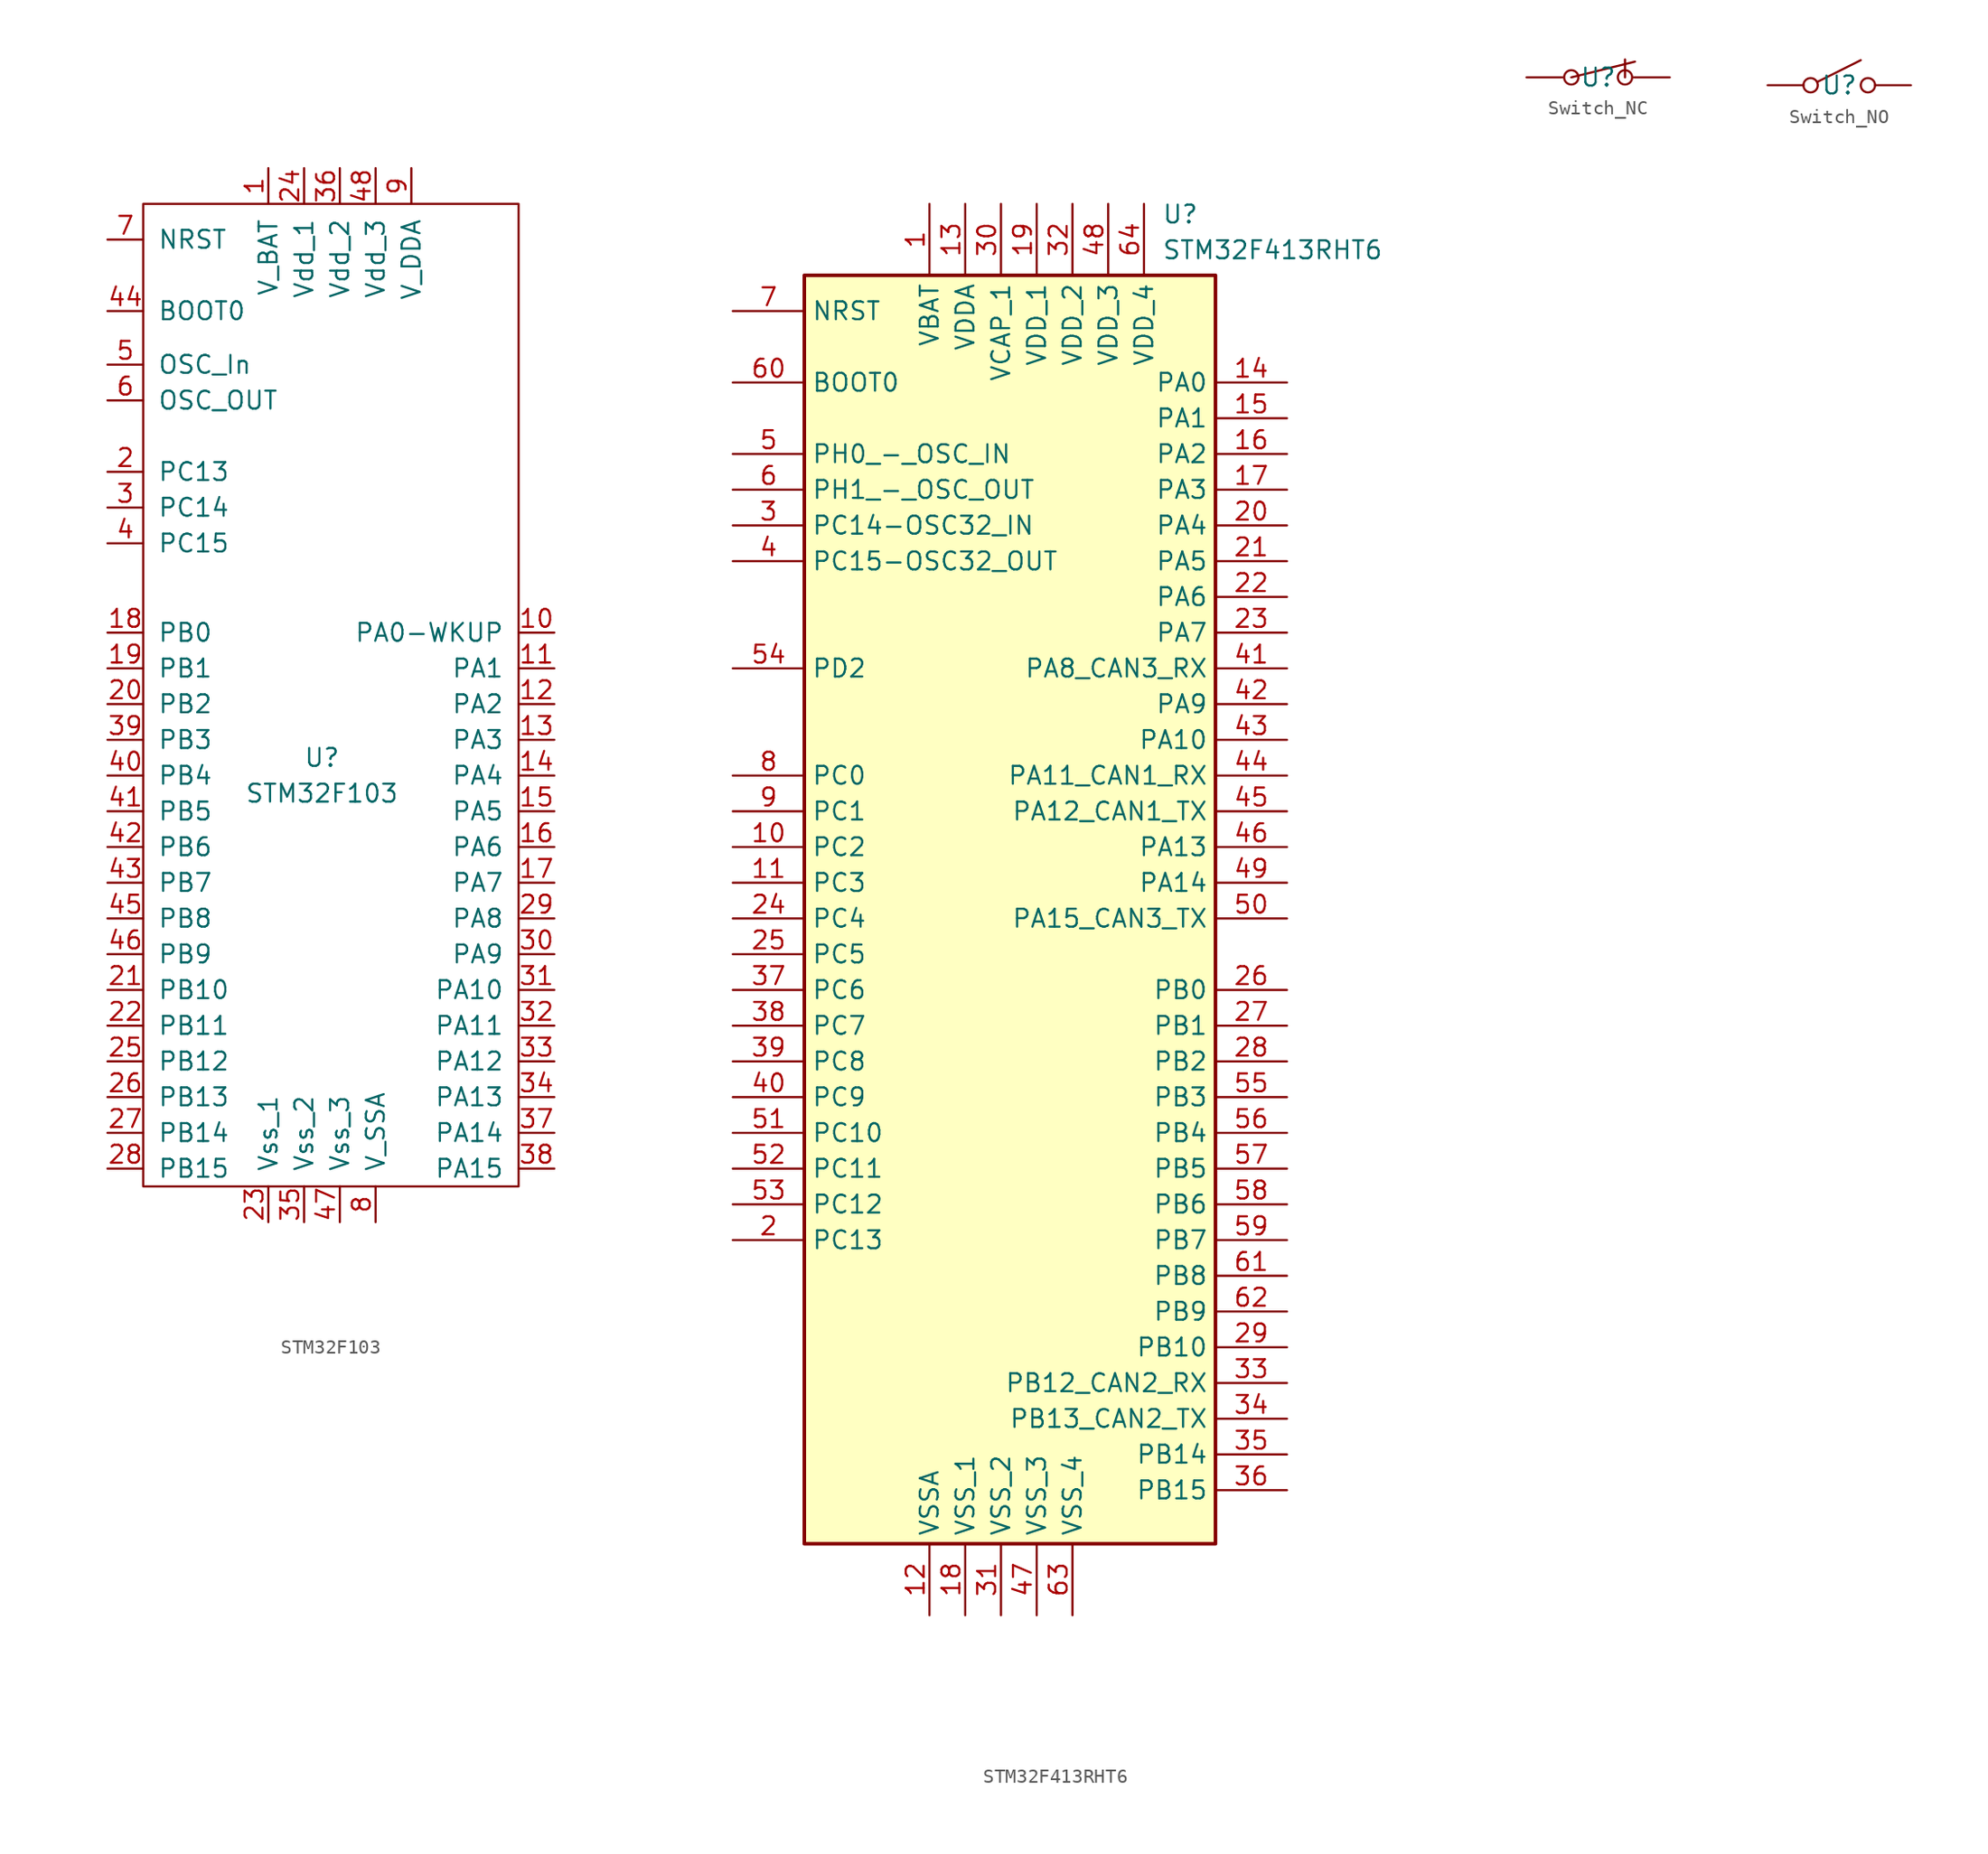
<source format=kicad_sym>
(kicad_symbol_lib
  (version 20231120)
  (generator "kicad_symbol_editor")
  (generator_version "8.0")
  (symbol "STM32F103"
    (pin_names
      (offset 1.016))
    (property "Reference" "U"
      (at 0 -3.81 0)
      (effects (font (size 1.27 1.27))))
    (property "Value" "STM32F103"
      (at 0 -6.35 0)
      (effects (font (size 1.27 1.27))))
    (symbol "STM32F103_0_0"
      (pin power_in line (at -3.81 38.1 270) (length 2.54) (name "V_BAT" (effects (font (size 1.27 1.27)))) (number "1" (effects (font (size 1.27 1.27)))))
      (pin bidirectional line (at 16.51 5.08 180) (length 2.54) (name "PA0-WKUP" (effects (font (size 1.27 1.27)))) (number "10" (effects (font (size 1.27 1.27)))))
      (pin bidirectional line (at 16.51 2.54 180) (length 2.54) (name "PA1" (effects (font (size 1.27 1.27)))) (number "11" (effects (font (size 1.27 1.27)))))
      (pin bidirectional line (at 16.51 0 180) (length 2.54) (name "PA2" (effects (font (size 1.27 1.27)))) (number "12" (effects (font (size 1.27 1.27)))))
      (pin bidirectional line (at 16.51 -2.54 180) (length 2.54) (name "PA3" (effects (font (size 1.27 1.27)))) (number "13" (effects (font (size 1.27 1.27)))))
      (pin bidirectional line (at 16.51 -5.08 180) (length 2.54) (name "PA4" (effects (font (size 1.27 1.27)))) (number "14" (effects (font (size 1.27 1.27)))))
      (pin bidirectional line (at 16.51 -7.62 180) (length 2.54) (name "PA5" (effects (font (size 1.27 1.27)))) (number "15" (effects (font (size 1.27 1.27)))))
      (pin bidirectional line (at 16.51 -10.16 180) (length 2.54) (name "PA6" (effects (font (size 1.27 1.27)))) (number "16" (effects (font (size 1.27 1.27)))))
      (pin bidirectional line (at 16.51 -12.7 180) (length 2.54) (name "PA7" (effects (font (size 1.27 1.27)))) (number "17" (effects (font (size 1.27 1.27)))))
      (pin bidirectional line (at -15.24 5.08 0) (length 2.54) (name "PB0" (effects (font (size 1.27 1.27)))) (number "18" (effects (font (size 1.27 1.27)))))
      (pin bidirectional line (at -15.24 2.54 0) (length 2.54) (name "PB1" (effects (font (size 1.27 1.27)))) (number "19" (effects (font (size 1.27 1.27)))))
      (pin bidirectional line (at -15.24 16.51 0) (length 2.54) (name "PC13" (effects (font (size 1.27 1.27)))) (number "2" (effects (font (size 1.27 1.27)))))
      (pin bidirectional line (at -15.24 0 0) (length 2.54) (name "PB2" (effects (font (size 1.27 1.27)))) (number "20" (effects (font (size 1.27 1.27)))))
      (pin bidirectional line (at -15.24 -20.32 0) (length 2.54) (name "PB10" (effects (font (size 1.27 1.27)))) (number "21" (effects (font (size 1.27 1.27)))))
      (pin bidirectional line (at -15.24 -22.86 0) (length 2.54) (name "PB11" (effects (font (size 1.27 1.27)))) (number "22" (effects (font (size 1.27 1.27)))))
      (pin power_in line (at -3.81 -36.83 90) (length 2.54) (name "Vss_1" (effects (font (size 1.27 1.27)))) (number "23" (effects (font (size 1.27 1.27)))))
      (pin power_in line (at -1.27 38.1 270) (length 2.54) (name "Vdd_1" (effects (font (size 1.27 1.27)))) (number "24" (effects (font (size 1.27 1.27)))))
      (pin bidirectional line (at -15.24 -25.4 0) (length 2.54) (name "PB12" (effects (font (size 1.27 1.27)))) (number "25" (effects (font (size 1.27 1.27)))))
      (pin bidirectional line (at -15.24 -27.94 0) (length 2.54) (name "PB13" (effects (font (size 1.27 1.27)))) (number "26" (effects (font (size 1.27 1.27)))))
      (pin bidirectional line (at -15.24 -30.48 0) (length 2.54) (name "PB14" (effects (font (size 1.27 1.27)))) (number "27" (effects (font (size 1.27 1.27)))))
      (pin bidirectional line (at -15.24 -33.02 0) (length 2.54) (name "PB15" (effects (font (size 1.27 1.27)))) (number "28" (effects (font (size 1.27 1.27)))))
      (pin bidirectional line (at 16.51 -15.24 180) (length 2.54) (name "PA8" (effects (font (size 1.27 1.27)))) (number "29" (effects (font (size 1.27 1.27)))))
      (pin bidirectional line (at -15.24 13.97 0) (length 2.54) (name "PC14" (effects (font (size 1.27 1.27)))) (number "3" (effects (font (size 1.27 1.27)))))
      (pin bidirectional line (at 16.51 -17.78 180) (length 2.54) (name "PA9" (effects (font (size 1.27 1.27)))) (number "30" (effects (font (size 1.27 1.27)))))
      (pin bidirectional line (at 16.51 -20.32 180) (length 2.54) (name "PA10" (effects (font (size 1.27 1.27)))) (number "31" (effects (font (size 1.27 1.27)))))
      (pin bidirectional line (at 16.51 -22.86 180) (length 2.54) (name "PA11" (effects (font (size 1.27 1.27)))) (number "32" (effects (font (size 1.27 1.27)))))
      (pin bidirectional line (at 16.51 -25.4 180) (length 2.54) (name "PA12" (effects (font (size 1.27 1.27)))) (number "33" (effects (font (size 1.27 1.27)))))
      (pin bidirectional line (at 16.51 -27.94 180) (length 2.54) (name "PA13" (effects (font (size 1.27 1.27)))) (number "34" (effects (font (size 1.27 1.27)))))
      (pin power_in line (at -1.27 -36.83 90) (length 2.54) (name "Vss_2" (effects (font (size 1.27 1.27)))) (number "35" (effects (font (size 1.27 1.27)))))
      (pin power_in line (at 1.27 38.1 270) (length 2.54) (name "Vdd_2" (effects (font (size 1.27 1.27)))) (number "36" (effects (font (size 1.27 1.27)))))
      (pin bidirectional line (at 16.51 -30.48 180) (length 2.54) (name "PA14" (effects (font (size 1.27 1.27)))) (number "37" (effects (font (size 1.27 1.27)))))
      (pin bidirectional line (at 16.51 -33.02 180) (length 2.54) (name "PA15" (effects (font (size 1.27 1.27)))) (number "38" (effects (font (size 1.27 1.27)))))
      (pin bidirectional line (at -15.24 -2.54 0) (length 2.54) (name "PB3" (effects (font (size 1.27 1.27)))) (number "39" (effects (font (size 1.27 1.27)))))
      (pin bidirectional line (at -15.24 11.43 0) (length 2.54) (name "PC15" (effects (font (size 1.27 1.27)))) (number "4" (effects (font (size 1.27 1.27)))))
      (pin bidirectional line (at -15.24 -5.08 0) (length 2.54) (name "PB4" (effects (font (size 1.27 1.27)))) (number "40" (effects (font (size 1.27 1.27)))))
      (pin bidirectional line (at -15.24 -7.62 0) (length 2.54) (name "PB5" (effects (font (size 1.27 1.27)))) (number "41" (effects (font (size 1.27 1.27)))))
      (pin bidirectional line (at -15.24 -10.16 0) (length 2.54) (name "PB6" (effects (font (size 1.27 1.27)))) (number "42" (effects (font (size 1.27 1.27)))))
      (pin bidirectional line (at -15.24 -12.7 0) (length 2.54) (name "PB7" (effects (font (size 1.27 1.27)))) (number "43" (effects (font (size 1.27 1.27)))))
      (pin bidirectional line (at -15.24 27.94 0) (length 2.54) (name "BOOT0" (effects (font (size 1.27 1.27)))) (number "44" (effects (font (size 1.27 1.27)))))
      (pin bidirectional line (at -15.24 -15.24 0) (length 2.54) (name "PB8" (effects (font (size 1.27 1.27)))) (number "45" (effects (font (size 1.27 1.27)))))
      (pin bidirectional line (at -15.24 -17.78 0) (length 2.54) (name "PB9" (effects (font (size 1.27 1.27)))) (number "46" (effects (font (size 1.27 1.27)))))
      (pin power_in line (at 1.27 -36.83 90) (length 2.54) (name "Vss_3" (effects (font (size 1.27 1.27)))) (number "47" (effects (font (size 1.27 1.27)))))
      (pin power_in line (at 3.81 38.1 270) (length 2.54) (name "Vdd_3" (effects (font (size 1.27 1.27)))) (number "48" (effects (font (size 1.27 1.27)))))
      (pin bidirectional line (at -15.24 24.13 0) (length 2.54) (name "OSC_In" (effects (font (size 1.27 1.27)))) (number "5" (effects (font (size 1.27 1.27)))))
      (pin bidirectional line (at -15.24 21.59 0) (length 2.54) (name "OSC_OUT" (effects (font (size 1.27 1.27)))) (number "6" (effects (font (size 1.27 1.27)))))
      (pin bidirectional line (at -15.24 33.02 0) (length 2.54) (name "NRST" (effects (font (size 1.27 1.27)))) (number "7" (effects (font (size 1.27 1.27)))))
      (pin power_in line (at 3.81 -36.83 90) (length 2.54) (name "V_SSA" (effects (font (size 1.27 1.27)))) (number "8" (effects (font (size 1.27 1.27)))))
      (pin power_in line (at 6.35 38.1 270) (length 2.54) (name "V_DDA" (effects (font (size 1.27 1.27)))) (number "9" (effects (font (size 1.27 1.27))))))
    (symbol "STM32F103_0_1"
      (rectangle (start -12.7 35.56) (end 13.97 -34.29) (stroke (width 0) (type default)) (fill (type none)))))
  (symbol "STM32F413RHT6"
    (property "Reference" "U"
      (at 30.48 25.4 0)
      (effects (font (size 1.27 1.27)) (justify left top)))
    (property "Value" "STM32F413RHT6"
      (at 30.48 22.86 0)
      (effects (font (size 1.27 1.27)) (justify left top)))
    (symbol "STM32F413RHT6_1_1"
      (rectangle (start 5.08 20.32) (end 34.29 -69.85) (stroke (width 0.254) (type default)) (fill (type background)))
      (pin power_in line (at 13.97 25.4 270) (length 5.08) (name "VBAT" (effects (font (size 1.27 1.27)))) (number "1" (effects (font (size 1.27 1.27)))))
      (pin bidirectional line (at 0 -20.32 0) (length 5.08) (name "PC2" (effects (font (size 1.27 1.27)))) (number "10" (effects (font (size 1.27 1.27)))))
      (pin bidirectional line (at 0 -22.86 0) (length 5.08) (name "PC3" (effects (font (size 1.27 1.27)))) (number "11" (effects (font (size 1.27 1.27)))))
      (pin power_in line (at 13.97 -74.93 90) (length 5.08) (name "VSSA" (effects (font (size 1.27 1.27)))) (number "12" (effects (font (size 1.27 1.27)))))
      (pin power_in line (at 16.51 25.4 270) (length 5.08) (name "VDDA" (effects (font (size 1.27 1.27)))) (number "13" (effects (font (size 1.27 1.27)))))
      (pin bidirectional line (at 39.37 12.7 180) (length 5.08) (name "PA0" (effects (font (size 1.27 1.27)))) (number "14" (effects (font (size 1.27 1.27)))))
      (pin bidirectional line (at 39.37 10.16 180) (length 5.08) (name "PA1" (effects (font (size 1.27 1.27)))) (number "15" (effects (font (size 1.27 1.27)))))
      (pin bidirectional line (at 39.37 7.62 180) (length 5.08) (name "PA2" (effects (font (size 1.27 1.27)))) (number "16" (effects (font (size 1.27 1.27)))))
      (pin bidirectional line (at 39.37 5.08 180) (length 5.08) (name "PA3" (effects (font (size 1.27 1.27)))) (number "17" (effects (font (size 1.27 1.27)))))
      (pin power_in line (at 16.51 -74.93 90) (length 5.08) (name "VSS_1" (effects (font (size 1.27 1.27)))) (number "18" (effects (font (size 1.27 1.27)))))
      (pin power_in line (at 21.59 25.4 270) (length 5.08) (name "VDD_1" (effects (font (size 1.27 1.27)))) (number "19" (effects (font (size 1.27 1.27)))))
      (pin bidirectional line (at 0 -48.26 0) (length 5.08) (name "PC13" (effects (font (size 1.27 1.27)))) (number "2" (effects (font (size 1.27 1.27)))))
      (pin bidirectional line (at 39.37 2.54 180) (length 5.08) (name "PA4" (effects (font (size 1.27 1.27)))) (number "20" (effects (font (size 1.27 1.27)))))
      (pin bidirectional line (at 39.37 0 180) (length 5.08) (name "PA5" (effects (font (size 1.27 1.27)))) (number "21" (effects (font (size 1.27 1.27)))))
      (pin bidirectional line (at 39.37 -2.54 180) (length 5.08) (name "PA6" (effects (font (size 1.27 1.27)))) (number "22" (effects (font (size 1.27 1.27)))))
      (pin bidirectional line (at 39.37 -5.08 180) (length 5.08) (name "PA7" (effects (font (size 1.27 1.27)))) (number "23" (effects (font (size 1.27 1.27)))))
      (pin bidirectional line (at 0 -25.4 0) (length 5.08) (name "PC4" (effects (font (size 1.27 1.27)))) (number "24" (effects (font (size 1.27 1.27)))))
      (pin bidirectional line (at 0 -27.94 0) (length 5.08) (name "PC5" (effects (font (size 1.27 1.27)))) (number "25" (effects (font (size 1.27 1.27)))))
      (pin bidirectional line (at 39.37 -30.48 180) (length 5.08) (name "PB0" (effects (font (size 1.27 1.27)))) (number "26" (effects (font (size 1.27 1.27)))))
      (pin bidirectional line (at 39.37 -33.02 180) (length 5.08) (name "PB1" (effects (font (size 1.27 1.27)))) (number "27" (effects (font (size 1.27 1.27)))))
      (pin bidirectional line (at 39.37 -35.56 180) (length 5.08) (name "PB2" (effects (font (size 1.27 1.27)))) (number "28" (effects (font (size 1.27 1.27)))))
      (pin bidirectional line (at 39.37 -55.88 180) (length 5.08) (name "PB10" (effects (font (size 1.27 1.27)))) (number "29" (effects (font (size 1.27 1.27)))))
      (pin bidirectional line (at 0 2.54 0) (length 5.08) (name "PC14-OSC32_IN" (effects (font (size 1.27 1.27)))) (number "3" (effects (font (size 1.27 1.27)))))
      (pin power_in line (at 19.05 25.4 270) (length 5.08) (name "VCAP_1" (effects (font (size 1.27 1.27)))) (number "30" (effects (font (size 1.27 1.27)))))
      (pin power_in line (at 19.05 -74.93 90) (length 5.08) (name "VSS_2" (effects (font (size 1.27 1.27)))) (number "31" (effects (font (size 1.27 1.27)))))
      (pin power_in line (at 24.13 25.4 270) (length 5.08) (name "VDD_2" (effects (font (size 1.27 1.27)))) (number "32" (effects (font (size 1.27 1.27)))))
      (pin bidirectional line (at 39.37 -58.42 180) (length 5.08) (name "PB12_CAN2_RX" (effects (font (size 1.27 1.27)))) (number "33" (effects (font (size 1.27 1.27)))))
      (pin bidirectional line (at 39.37 -60.96 180) (length 5.08) (name "PB13_CAN2_TX" (effects (font (size 1.27 1.27)))) (number "34" (effects (font (size 1.27 1.27)))))
      (pin bidirectional line (at 39.37 -63.5 180) (length 5.08) (name "PB14" (effects (font (size 1.27 1.27)))) (number "35" (effects (font (size 1.27 1.27)))))
      (pin bidirectional line (at 39.37 -66.04 180) (length 5.08) (name "PB15" (effects (font (size 1.27 1.27)))) (number "36" (effects (font (size 1.27 1.27)))))
      (pin bidirectional line (at 0 -30.48 0) (length 5.08) (name "PC6" (effects (font (size 1.27 1.27)))) (number "37" (effects (font (size 1.27 1.27)))))
      (pin bidirectional line (at 0 -33.02 0) (length 5.08) (name "PC7" (effects (font (size 1.27 1.27)))) (number "38" (effects (font (size 1.27 1.27)))))
      (pin bidirectional line (at 0 -35.56 0) (length 5.08) (name "PC8" (effects (font (size 1.27 1.27)))) (number "39" (effects (font (size 1.27 1.27)))))
      (pin bidirectional line (at 0 0 0) (length 5.08) (name "PC15-OSC32_OUT" (effects (font (size 1.27 1.27)))) (number "4" (effects (font (size 1.27 1.27)))))
      (pin bidirectional line (at 0 -38.1 0) (length 5.08) (name "PC9" (effects (font (size 1.27 1.27)))) (number "40" (effects (font (size 1.27 1.27)))))
      (pin bidirectional line (at 39.37 -7.62 180) (length 5.08) (name "PA8_CAN3_RX" (effects (font (size 1.27 1.27)))) (number "41" (effects (font (size 1.27 1.27)))))
      (pin bidirectional line (at 39.37 -10.16 180) (length 5.08) (name "PA9" (effects (font (size 1.27 1.27)))) (number "42" (effects (font (size 1.27 1.27)))))
      (pin bidirectional line (at 39.37 -12.7 180) (length 5.08) (name "PA10" (effects (font (size 1.27 1.27)))) (number "43" (effects (font (size 1.27 1.27)))))
      (pin bidirectional line (at 39.37 -15.24 180) (length 5.08) (name "PA11_CAN1_RX" (effects (font (size 1.27 1.27)))) (number "44" (effects (font (size 1.27 1.27)))))
      (pin bidirectional line (at 39.37 -17.78 180) (length 5.08) (name "PA12_CAN1_TX" (effects (font (size 1.27 1.27)))) (number "45" (effects (font (size 1.27 1.27)))))
      (pin bidirectional line (at 39.37 -20.32 180) (length 5.08) (name "PA13" (effects (font (size 1.27 1.27)))) (number "46" (effects (font (size 1.27 1.27)))))
      (pin power_in line (at 21.59 -74.93 90) (length 5.08) (name "VSS_3" (effects (font (size 1.27 1.27)))) (number "47" (effects (font (size 1.27 1.27)))))
      (pin power_in line (at 26.67 25.4 270) (length 5.08) (name "VDD_3" (effects (font (size 1.27 1.27)))) (number "48" (effects (font (size 1.27 1.27)))))
      (pin bidirectional line (at 39.37 -22.86 180) (length 5.08) (name "PA14" (effects (font (size 1.27 1.27)))) (number "49" (effects (font (size 1.27 1.27)))))
      (pin bidirectional line (at 0 7.62 0) (length 5.08) (name "PH0_-_OSC_IN" (effects (font (size 1.27 1.27)))) (number "5" (effects (font (size 1.27 1.27)))))
      (pin bidirectional line (at 39.37 -25.4 180) (length 5.08) (name "PA15_CAN3_TX" (effects (font (size 1.27 1.27)))) (number "50" (effects (font (size 1.27 1.27)))))
      (pin bidirectional line (at 0 -40.64 0) (length 5.08) (name "PC10" (effects (font (size 1.27 1.27)))) (number "51" (effects (font (size 1.27 1.27)))))
      (pin bidirectional line (at 0 -43.18 0) (length 5.08) (name "PC11" (effects (font (size 1.27 1.27)))) (number "52" (effects (font (size 1.27 1.27)))))
      (pin bidirectional line (at 0 -45.72 0) (length 5.08) (name "PC12" (effects (font (size 1.27 1.27)))) (number "53" (effects (font (size 1.27 1.27)))))
      (pin bidirectional line (at 0 -7.62 0) (length 5.08) (name "PD2" (effects (font (size 1.27 1.27)))) (number "54" (effects (font (size 1.27 1.27)))))
      (pin bidirectional line (at 39.37 -38.1 180) (length 5.08) (name "PB3" (effects (font (size 1.27 1.27)))) (number "55" (effects (font (size 1.27 1.27)))))
      (pin bidirectional line (at 39.37 -40.64 180) (length 5.08) (name "PB4" (effects (font (size 1.27 1.27)))) (number "56" (effects (font (size 1.27 1.27)))))
      (pin bidirectional line (at 39.37 -43.18 180) (length 5.08) (name "PB5" (effects (font (size 1.27 1.27)))) (number "57" (effects (font (size 1.27 1.27)))))
      (pin bidirectional line (at 39.37 -45.72 180) (length 5.08) (name "PB6" (effects (font (size 1.27 1.27)))) (number "58" (effects (font (size 1.27 1.27)))))
      (pin bidirectional line (at 39.37 -48.26 180) (length 5.08) (name "PB7" (effects (font (size 1.27 1.27)))) (number "59" (effects (font (size 1.27 1.27)))))
      (pin bidirectional line (at 0 5.08 0) (length 5.08) (name "PH1_-_OSC_OUT" (effects (font (size 1.27 1.27)))) (number "6" (effects (font (size 1.27 1.27)))))
      (pin bidirectional line (at 0 12.7 0) (length 5.08) (name "BOOT0" (effects (font (size 1.27 1.27)))) (number "60" (effects (font (size 1.27 1.27)))))
      (pin bidirectional line (at 39.37 -50.8 180) (length 5.08) (name "PB8" (effects (font (size 1.27 1.27)))) (number "61" (effects (font (size 1.27 1.27)))))
      (pin bidirectional line (at 39.37 -53.34 180) (length 5.08) (name "PB9" (effects (font (size 1.27 1.27)))) (number "62" (effects (font (size 1.27 1.27)))))
      (pin power_in line (at 24.13 -74.93 90) (length 5.08) (name "VSS_4" (effects (font (size 1.27 1.27)))) (number "63" (effects (font (size 1.27 1.27)))))
      (pin power_in line (at 29.21 25.4 270) (length 5.08) (name "VDD_4" (effects (font (size 1.27 1.27)))) (number "64" (effects (font (size 1.27 1.27)))))
      (pin bidirectional line (at 0 17.78 0) (length 5.08) (name "NRST" (effects (font (size 1.27 1.27)))) (number "7" (effects (font (size 1.27 1.27)))))
      (pin bidirectional line (at 0 -15.24 0) (length 5.08) (name "PC0" (effects (font (size 1.27 1.27)))) (number "8" (effects (font (size 1.27 1.27)))))
      (pin bidirectional line (at 0 -17.78 0) (length 5.08) (name "PC1" (effects (font (size 1.27 1.27)))) (number "9" (effects (font (size 1.27 1.27)))))))
  (symbol "Switch_NC"
    (property "Reference" "U"
      (at 0 0 0)
      (effects (font (size 1.27 1.27))))
    (property "Value" ""
      (at 0 0 0)
      (effects (font (size 1.27 1.27))))
    (symbol "Switch_NC_0_0"
      (circle (center -1.905 0) (radius 0.508) (stroke (width 0) (type default)) (fill (type none)))
      (polyline (pts (xy -1.905 0) (xy 2.612 1.116)) (stroke (width 0) (type default)) (fill (type none)))
      (circle (center 1.905 0) (radius 0.508) (stroke (width 0) (type default)) (fill (type none))))
    (symbol "Switch_NC_0_1"
      (polyline (pts (xy 1.905 0) (xy 1.905 1.27)) (stroke (width 0) (type default)) (fill (type none))))
    (symbol "Switch_NC_1_1"
      (pin passive line (at -5.08 0 0) (length 2.54) (name "" (effects (font (size 1.27 1.27)))) (number "" (effects (font (size 1.27 1.27)))))
      (pin passive line (at 5.08 0 180) (length 2.54) (name "" (effects (font (size 1.27 1.27)))) (number "" (effects (font (size 1.27 1.27)))))))
  (symbol "Switch_NO"
    (property "Reference" "U"
      (at 0 0 0)
      (effects (font (size 1.27 1.27))))
    (property "Value" ""
      (at 0 0 0)
      (effects (font (size 1.27 1.27))))
    (symbol "Switch_NO_0_0"
      (circle (center -2.032 0) (radius 0.508) (stroke (width 0) (type default)) (fill (type none)))
      (polyline (pts (xy -1.524 0.254) (xy 1.524 1.778)) (stroke (width 0) (type default)) (fill (type none)))
      (circle (center 2.032 0) (radius 0.508) (stroke (width 0) (type default)) (fill (type none))))
    (symbol "Switch_NO_1_1"
      (pin passive line (at -5.08 0 0) (length 2.54) (name "" (effects (font (size 1.27 1.27)))) (number "" (effects (font (size 1.27 1.27)))))
      (pin passive line (at 5.08 0 180) (length 2.54) (name "" (effects (font (size 1.27 1.27)))) (number "" (effects (font (size 1.27 1.27))))))))
</source>
